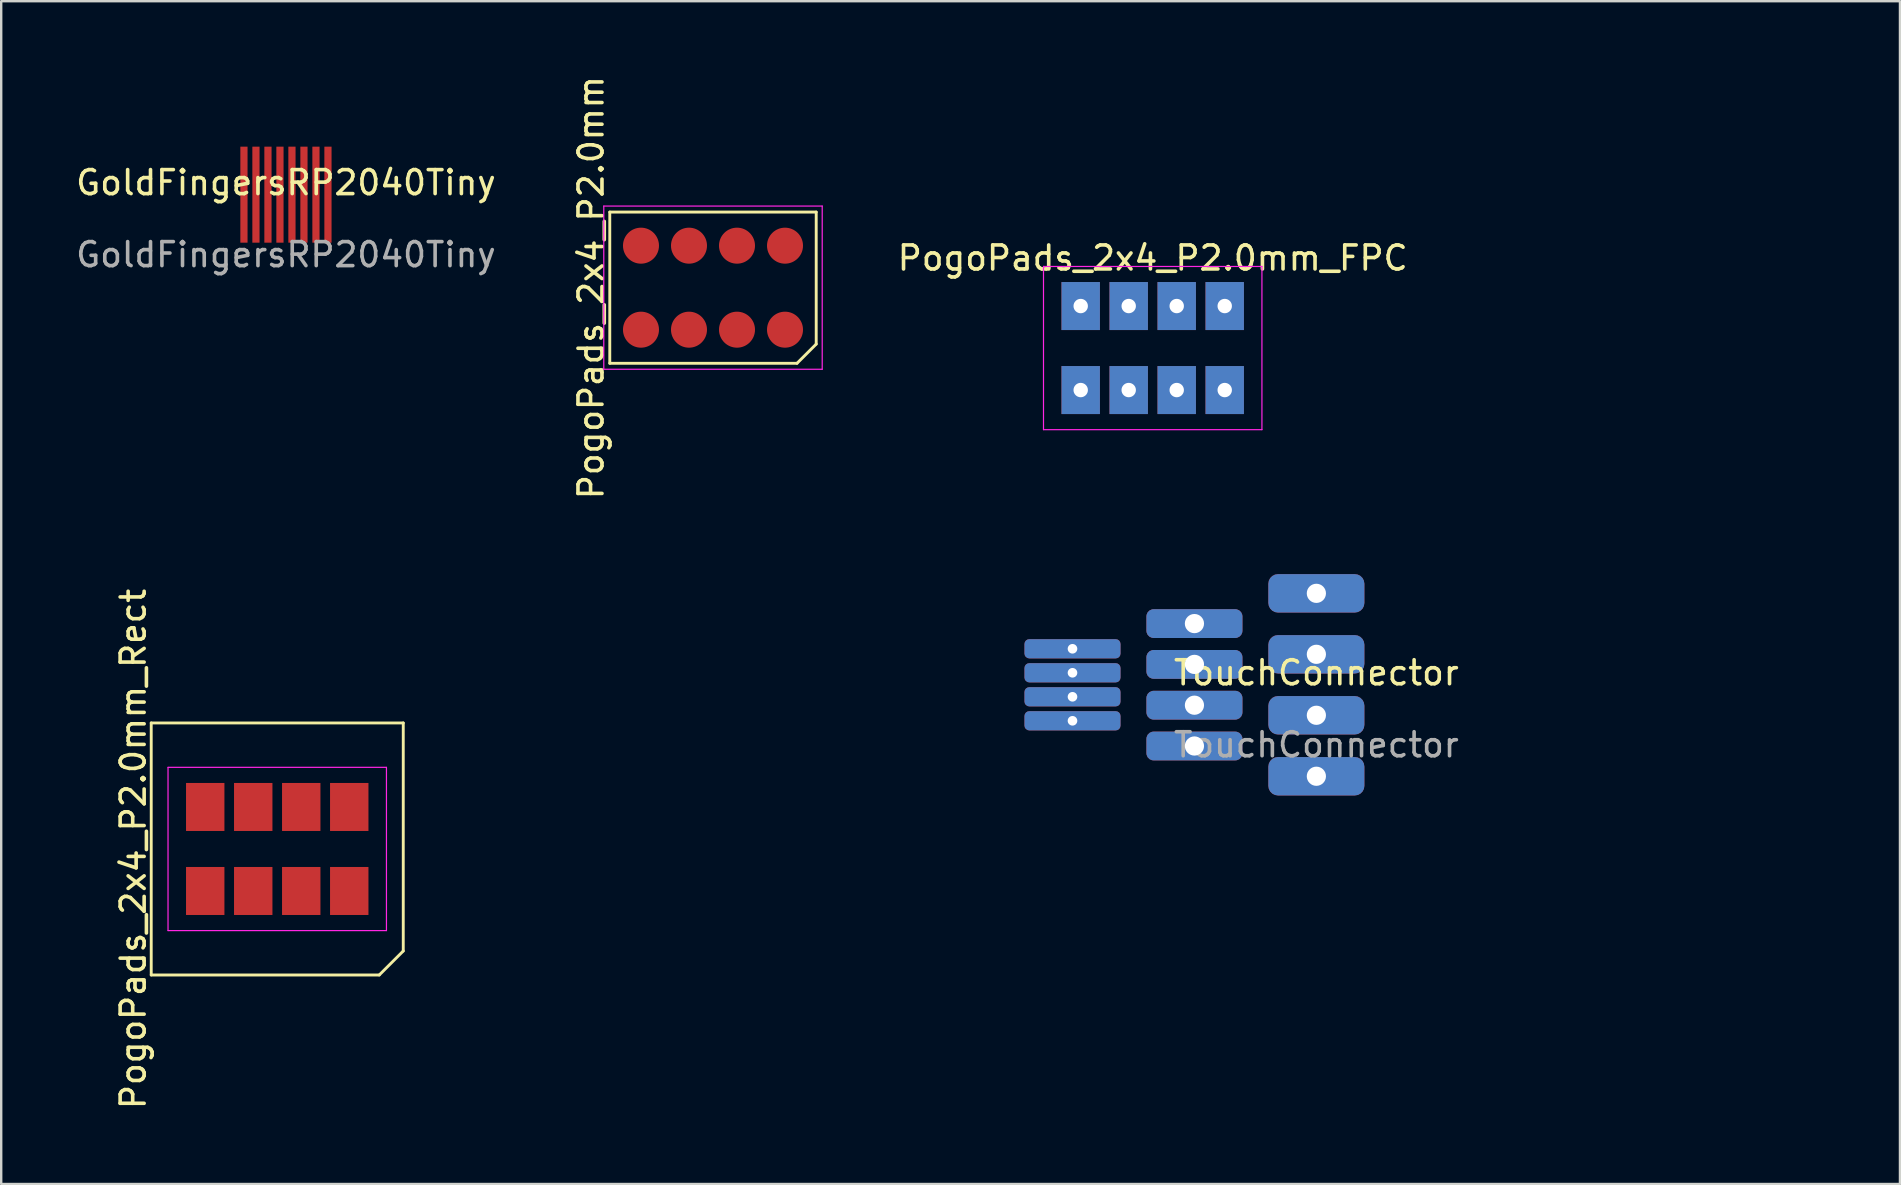
<source format=kicad_pcb>
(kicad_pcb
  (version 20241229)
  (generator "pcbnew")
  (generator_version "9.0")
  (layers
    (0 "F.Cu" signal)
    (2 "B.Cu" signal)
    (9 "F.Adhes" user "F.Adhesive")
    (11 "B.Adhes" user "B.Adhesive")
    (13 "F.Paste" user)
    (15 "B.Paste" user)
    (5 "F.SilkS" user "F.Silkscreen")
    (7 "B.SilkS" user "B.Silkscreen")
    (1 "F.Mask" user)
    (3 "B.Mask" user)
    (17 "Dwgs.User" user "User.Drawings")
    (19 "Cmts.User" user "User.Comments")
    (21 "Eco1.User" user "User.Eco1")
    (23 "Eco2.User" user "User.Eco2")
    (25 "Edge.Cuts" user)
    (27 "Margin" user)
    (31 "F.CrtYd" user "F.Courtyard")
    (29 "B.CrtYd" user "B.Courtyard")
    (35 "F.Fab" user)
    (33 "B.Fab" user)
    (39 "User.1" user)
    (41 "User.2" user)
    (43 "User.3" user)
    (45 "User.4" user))
  (footprint "PogoPads_2x4_P2.0mm_Rect"
    (layer "F.Cu")
    (at 8.5 32.319)
    (property "Reference" "PogoPads_2x4_P2.0mm_Rect" (at -6 0 90) (layer "F.SilkS") (effects (font (size 1 1) (thickness 0.15))))
    (attr smd exclude_from_pos_files exclude_from_bom)
    (fp_line (start -5.25 -5.25) (end 5.25 -5.25) (stroke (width 0.12) (type solid)) (layer "F.SilkS"))
    (fp_line (start -5.25 5.25) (end -5.25 -5.25) (stroke (width 0.12) (type solid)) (layer "F.SilkS"))
    (fp_line (start 4.25 5.25) (end -5.25 5.25) (stroke (width 0.12) (type solid)) (layer "F.SilkS"))
    (fp_line (start 4.25 5.25) (end 5.25 4.25) (stroke (width 0.12) (type solid)) (layer "F.SilkS"))
    (fp_line (start 5.25 -5.25) (end 5.25 4.25) (stroke (width 0.12) (type solid)) (layer "F.SilkS"))
    (fp_line (start -4.55 -3.4) (end 4.55 -3.4) (stroke (width 0.05) (type solid)) (layer "F.CrtYd"))
    (fp_line (start -4.55 3.4) (end -4.55 -3.4) (stroke (width 0.05) (type solid)) (layer "F.CrtYd"))
    (fp_line (start 4.55 -3.4) (end 4.55 3.4) (stroke (width 0.05) (type solid)) (layer "F.CrtYd"))
    (fp_line (start 4.55 3.4) (end -4.55 3.4) (stroke (width 0.05) (type solid)) (layer "F.CrtYd"))
    (fp_text user "Diameter of pogo pins is 0.8mm." (at -8.5 -6.5 0) (unlocked yes) (layer "User.9") (effects (font (size 1 1) (thickness 0.15)) (justify left bottom)))
    (fp_text user "but actual pogo pins seem more like 3.5mm." (at -8.5 -8.25 0) (unlocked yes) (layer "User.9") (effects (font (size 1 1) (thickness 0.15)) (justify left bottom)))
    (fp_text user "Pads on LED Module have Y distance of  2mm," (at -8.5 -10 0) (unlocked yes) (layer "User.9") (effects (font (size 1 1) (thickness 0.15)) (justify left bottom)))
    (pad "1" smd rect (at 3 1.75) (size 1.6 2) (property pad_prop_testpoint) (layers "F.Cu" "F.Mask"))
    (pad "2" smd rect (at 3 -1.75) (size 1.6 2) (property pad_prop_testpoint) (layers "F.Cu" "F.Mask"))
    (pad "3" smd rect (at 1 1.75) (size 1.6 2) (property pad_prop_testpoint) (layers "F.Cu" "F.Mask"))
    (pad "4" smd rect (at 1 -1.75) (size 1.6 2) (property pad_prop_testpoint) (layers "F.Cu" "F.Mask"))
    (pad "5" smd rect (at -1 1.75) (size 1.6 2) (property pad_prop_testpoint) (layers "F.Cu" "F.Mask"))
    (pad "6" smd rect (at -1 -1.75) (size 1.6 2) (property pad_prop_testpoint) (layers "F.Cu" "F.Mask"))
    (pad "7" smd rect (at -3 1.75) (size 1.6 2) (property pad_prop_testpoint) (layers "F.Cu" "F.Mask"))
    (pad "8" smd rect (at -3 -1.75) (size 1.6 2) (property pad_prop_testpoint) (layers "F.Cu" "F.Mask")))
  (footprint "GoldFingersRP2040Tiny"
    (layer "F.Cu")
    (at 8.863 5.06)
    (property "Reference" "GoldFingersRP2040Tiny" (at 0 -0.5 0) (unlocked yes) (layer "F.SilkS") (effects (font (size 1 1) (thickness 0.15))))
    (attr smd)
    (fp_line (start -2.75 0) (end -2.25 0) (stroke (width 0.12) (type default)) (layer "User.9"))
    (fp_line (start -2.25 -5) (end -2.25 2.2) (stroke (width 0.12) (type default)) (layer "User.9"))
    (fp_line (start -2.25 -5) (end 2.25 -5) (stroke (width 0.12) (type default)) (layer "User.9"))
    (fp_line (start -2.25 2.2) (end 2.25 2.2) (stroke (width 0.12) (type default)) (layer "User.9"))
    (fp_line (start 2.25 -5) (end 2.25 2.2) (stroke (width 0.12) (type default)) (layer "User.9"))
    (fp_line (start 2.25 0) (end 2.75 0) (stroke (width 0.12) (type default)) (layer "User.9"))
    (fp_text user "${REFERENCE}" (at 0 2.5 0) (unlocked yes) (layer "F.Fab") (effects (font (size 1 1) (thickness 0.15))))
    (pad "1" smd rect (at -1.75 0 180) (size 0.3 4) (layers "F.Cu" "F.Mask" "F.Paste"))
    (pad "2" smd rect (at -1.25 0 180) (size 0.3 4) (layers "F.Cu" "F.Mask" "F.Paste"))
    (pad "3" smd rect (at -0.75 0 180) (size 0.3 4) (layers "F.Cu" "F.Mask" "F.Paste"))
    (pad "4" smd rect (at -0.25 0 180) (size 0.3 4) (layers "F.Cu" "F.Mask" "F.Paste"))
    (pad "5" smd rect (at 0.25 0 180) (size 0.3 4) (layers "F.Cu" "F.Mask" "F.Paste"))
    (pad "6" smd rect (at 0.75 0 180) (size 0.3 4) (layers "F.Cu" "F.Mask" "F.Paste"))
    (pad "7" smd rect (at 1.25 0 180) (size 0.3 4) (layers "F.Cu" "F.Mask" "F.Paste"))
    (pad "8" smd rect (at 1.75 0 180) (size 0.3 4) (layers "F.Cu" "F.Mask" "F.Paste")))
  (footprint "PogoPads_2x4_P2.0mm"
    (layer "F.Cu")
    (at 26.654 8.935)
    (property "Reference" "PogoPads_2x4_P2.0mm" (at -5.08 0 90) (layer "F.SilkS") (effects (font (size 1 1) (thickness 0.15))))
    (attr smd exclude_from_pos_files exclude_from_bom)
    (fp_line (start -4.3 -3.15) (end 4.3 -3.15) (stroke (width 0.12) (type solid)) (layer "F.SilkS"))
    (fp_line (start -4.3 3.15) (end -4.3 -3.15) (stroke (width 0.12) (type solid)) (layer "F.SilkS"))
    (fp_line (start 3.5 3.15) (end -4.3 3.15) (stroke (width 0.12) (type solid)) (layer "F.SilkS"))
    (fp_line (start 3.5 3.15) (end 4.3 2.35) (stroke (width 0.12) (type solid)) (layer "F.SilkS"))
    (fp_line (start 4.3 -3.15) (end 4.3 2.35) (stroke (width 0.12) (type solid)) (layer "F.SilkS"))
    (fp_line (start -4.55 -3.4) (end 4.55 -3.4) (stroke (width 0.05) (type solid)) (layer "F.CrtYd"))
    (fp_line (start -4.55 3.4) (end -4.55 -3.4) (stroke (width 0.05) (type solid)) (layer "F.CrtYd"))
    (fp_line (start 4.55 -3.4) (end 4.55 3.4) (stroke (width 0.05) (type solid)) (layer "F.CrtYd"))
    (fp_line (start 4.55 3.4) (end -4.55 3.4) (stroke (width 0.05) (type solid)) (layer "F.CrtYd"))
    (pad "1" smd circle (at 3 1.75) (size 1.5 1.5) (property pad_prop_testpoint) (layers "F.Cu" "F.Mask"))
    (pad "2" smd circle (at 3 -1.75) (size 1.5 1.5) (property pad_prop_testpoint) (layers "F.Cu" "F.Mask"))
    (pad "3" smd circle (at 1 1.75) (size 1.5 1.5) (property pad_prop_testpoint) (layers "F.Cu" "F.Mask"))
    (pad "4" smd circle (at 1 -1.75) (size 1.5 1.5) (property pad_prop_testpoint) (layers "F.Cu" "F.Mask"))
    (pad "5" smd circle (at -1 1.75) (size 1.5 1.5) (property pad_prop_testpoint) (layers "F.Cu" "F.Mask"))
    (pad "6" smd circle (at -1 -1.75) (size 1.5 1.5) (property pad_prop_testpoint) (layers "F.Cu" "F.Mask"))
    (pad "7" smd circle (at -3 1.75) (size 1.5 1.5) (property pad_prop_testpoint) (layers "F.Cu" "F.Mask"))
    (pad "8" smd circle (at -3 -1.75) (size 1.5 1.5) (property pad_prop_testpoint) (layers "F.Cu" "F.Mask")))
  (footprint "TouchConnector"
    (layer "F.Cu")
    (at 51.791 25.479)
    (property "Reference" "TouchConnector" (at 0 -0.5 0) (unlocked yes) (layer "F.SilkS") (effects (font (size 1 1) (thickness 0.15))))
    (attr smd)
    (fp_text user "${REFERENCE}" (at 0 2.5 0) (unlocked yes) (layer "F.Fab") (effects (font (size 1 1) (thickness 0.15))))
    (pad "1" thru_hole roundrect (at -10.16 -1.5 180) (size 4 0.8) (drill 0.4) (layers "*.Cu" "*.Mask") (roundrect_rratio 0.25))
    (pad "1" thru_hole roundrect (at -5.08 -2.55 180) (size 4 1.2) (drill 0.8) (layers "*.Cu" "*.Mask") (roundrect_rratio 0.25))
    (pad "1" thru_hole roundrect (at 0 -3.81 180) (size 4 1.6) (drill 0.8) (layers "*.Cu" "*.Mask") (roundrect_rratio 0.25))
    (pad "2" thru_hole roundrect (at -10.16 -0.5 180) (size 4 0.8) (drill 0.4) (layers "*.Cu" "*.Mask") (roundrect_rratio 0.25))
    (pad "2" thru_hole roundrect (at -5.08 -0.85 180) (size 4 1.2) (drill 0.8) (layers "*.Cu" "*.Mask") (roundrect_rratio 0.25))
    (pad "2" thru_hole roundrect (at 0 -1.27 180) (size 4 1.6) (drill 0.8) (layers "*.Cu" "*.Mask") (roundrect_rratio 0.25))
    (pad "3" thru_hole roundrect (at -10.16 0.5 180) (size 4 0.8) (drill 0.4) (layers "*.Cu" "*.Mask") (roundrect_rratio 0.25))
    (pad "3" thru_hole roundrect (at -5.08 0.85 180) (size 4 1.2) (drill 0.8) (layers "*.Cu" "*.Mask") (roundrect_rratio 0.25))
    (pad "3" thru_hole roundrect (at 0 1.27 180) (size 4 1.6) (drill 0.8) (layers "*.Cu" "*.Mask") (roundrect_rratio 0.25))
    (pad "4" thru_hole roundrect (at -10.16 1.5 180) (size 4 0.8) (drill 0.4) (layers "*.Cu" "*.Mask") (roundrect_rratio 0.25))
    (pad "4" thru_hole roundrect (at -5.08 2.55 180) (size 4 1.2) (drill 0.8) (layers "*.Cu" "*.Mask") (roundrect_rratio 0.25))
    (pad "4" thru_hole roundrect (at 0 3.81 180) (size 4 1.6) (drill 0.8) (layers "*.Cu" "*.Mask") (roundrect_rratio 0.25)))
  (footprint "PogoPads_2x4_P2.0mm_FPC"
    (layer "F.Cu")
    (at 44.973 11.45)
    (property "Reference" "PogoPads_2x4_P2.0mm_FPC" (at 0 -3.75 180) (layer "F.SilkS") (effects (font (size 1 1) (thickness 0.15))))
    (attr smd exclude_from_pos_files exclude_from_bom)
    (fp_line (start -4.55 -3.4) (end 4.55 -3.4) (stroke (width 0.05) (type solid)) (layer "F.CrtYd"))
    (fp_line (start -4.55 3.4) (end -4.55 -3.4) (stroke (width 0.05) (type solid)) (layer "F.CrtYd"))
    (fp_line (start 4.55 -3.4) (end 4.55 3.4) (stroke (width 0.05) (type solid)) (layer "F.CrtYd"))
    (fp_line (start 4.55 3.4) (end -4.55 3.4) (stroke (width 0.05) (type solid)) (layer "F.CrtYd"))
    (fp_line (start -5.25 -5.25) (end 5.25 -5.25) (stroke (width 0.12) (type solid)) (layer "User.8"))
    (fp_line (start -5.25 5.25) (end -5.25 -5.25) (stroke (width 0.12) (type solid)) (layer "User.8"))
    (fp_line (start 4.25 5.25) (end -5.25 5.25) (stroke (width 0.12) (type solid)) (layer "User.8"))
    (fp_line (start 4.25 5.25) (end 5.25 4.25) (stroke (width 0.12) (type solid)) (layer "User.8"))
    (fp_line (start 5.25 -5.25) (end 5.25 4.25) (stroke (width 0.12) (type solid)) (layer "User.8"))
    (fp_text user "Diameter of pogo pins is 0.8mm." (at -8.5 -6.5 0) (unlocked yes) (layer "User.9") (effects (font (size 1 1) (thickness 0.15)) (justify left bottom)))
    (fp_text user "but actual pogo pins seem more like 3.5mm." (at -8.5 -8.25 0) (unlocked yes) (layer "User.9") (effects (font (size 1 1) (thickness 0.15)) (justify left bottom)))
    (fp_text user "Pads on LED Module have Y distance of  2mm," (at -8.5 -10 0) (unlocked yes) (layer "User.9") (effects (font (size 1 1) (thickness 0.15)) (justify left bottom)))
    (pad "1" thru_hole rect (at 3 1.75) (size 1.6 2) (drill 0.6) (property pad_prop_testpoint) (layers "*.Cu" "F.Mask"))
    (pad "2" thru_hole rect (at 3 -1.75) (size 1.6 2) (drill 0.6) (property pad_prop_testpoint) (layers "*.Cu" "F.Mask"))
    (pad "3" thru_hole rect (at 1 1.75) (size 1.6 2) (drill 0.6) (property pad_prop_testpoint) (layers "*.Cu" "F.Mask"))
    (pad "4" thru_hole rect (at 1 -1.75) (size 1.6 2) (drill 0.6) (property pad_prop_testpoint) (layers "*.Cu" "F.Mask"))
    (pad "5" thru_hole rect (at -1 1.75) (size 1.6 2) (drill 0.6) (property pad_prop_testpoint) (layers "*.Cu" "F.Mask"))
    (pad "6" thru_hole rect (at -1 -1.75) (size 1.6 2) (drill 0.6) (property pad_prop_testpoint) (layers "*.Cu" "F.Mask"))
    (pad "7" thru_hole rect (at -3 1.75) (size 1.6 2) (drill 0.6) (property pad_prop_testpoint) (layers "*.Cu" "F.Mask"))
    (pad "8" thru_hole rect (at -3 -1.75) (size 1.6 2) (drill 0.6) (property pad_prop_testpoint) (layers "*.Cu" "F.Mask")))
  (gr_rect
    (start -3 -3)
    (end 76.104 46.277)
    (stroke (width 0.1) (type default))
    (fill no)
    (layer "Edge.Cuts")))
</source>
